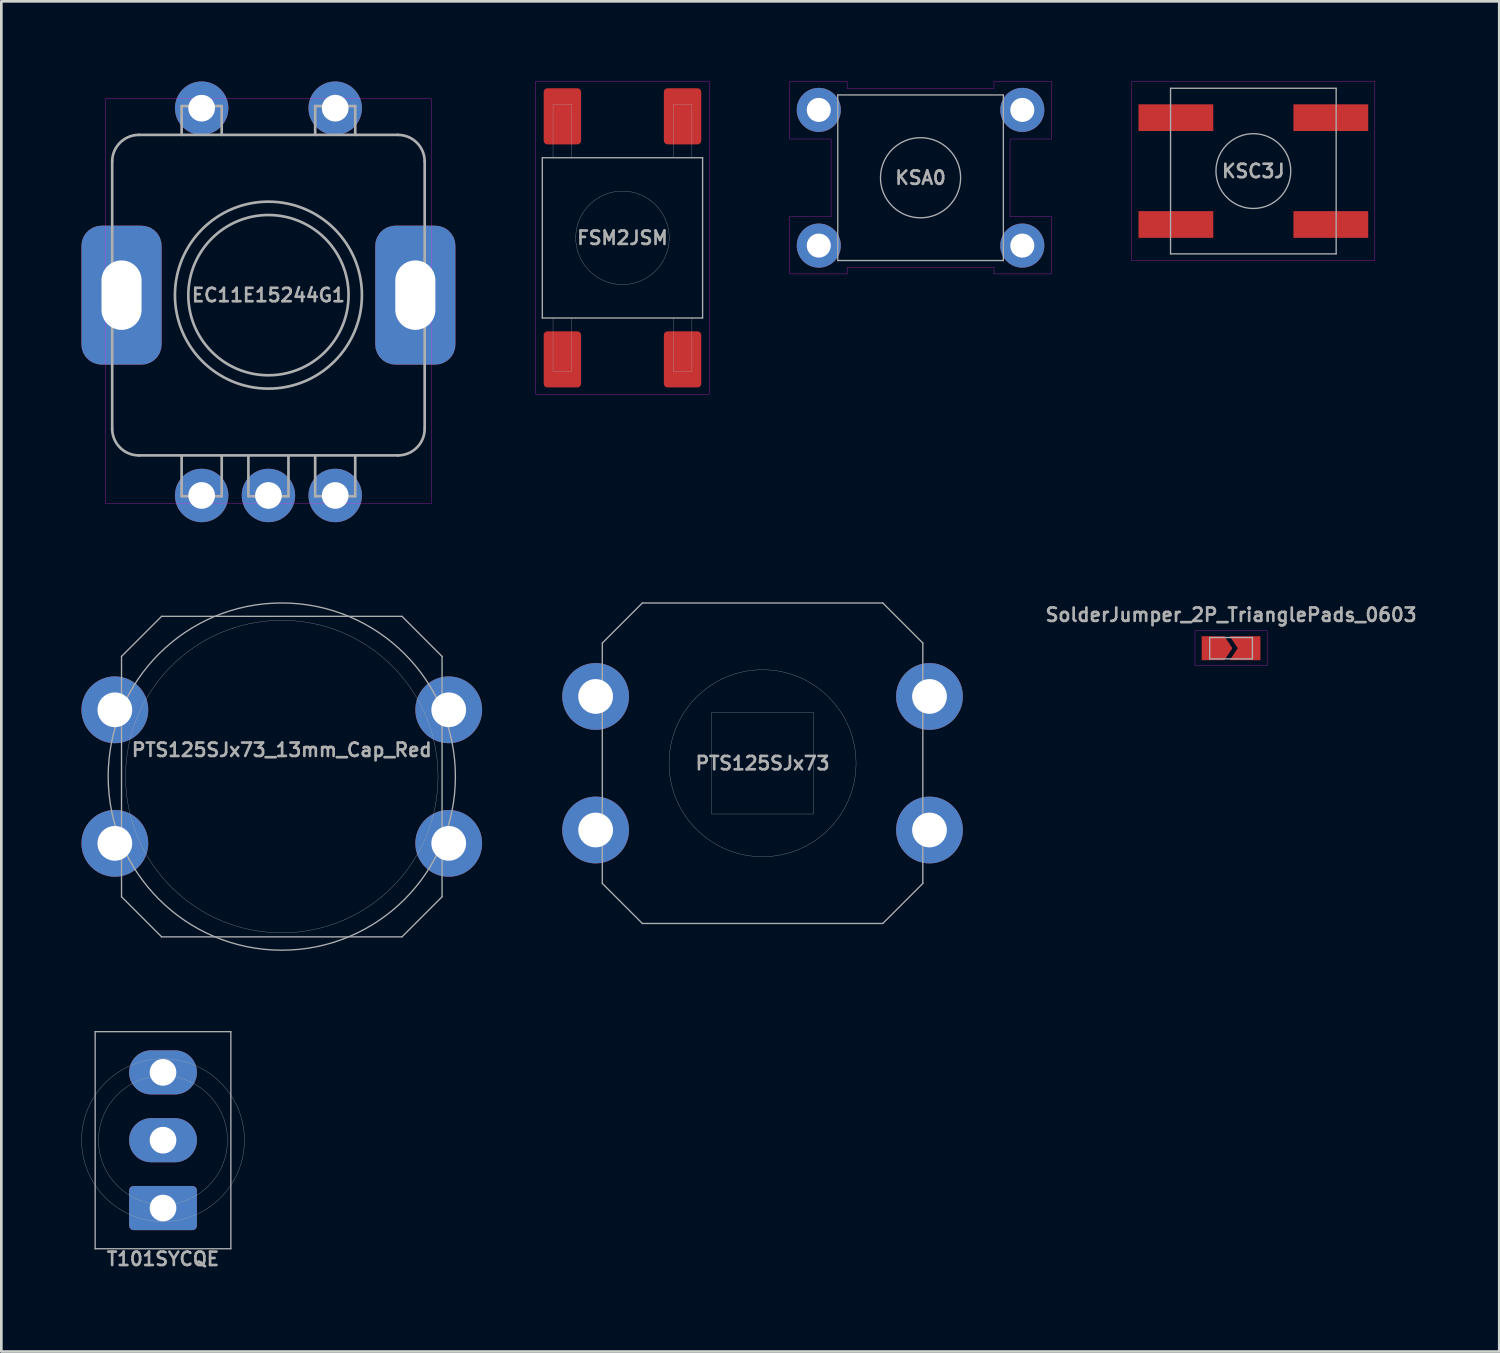
<source format=kicad_pcb>
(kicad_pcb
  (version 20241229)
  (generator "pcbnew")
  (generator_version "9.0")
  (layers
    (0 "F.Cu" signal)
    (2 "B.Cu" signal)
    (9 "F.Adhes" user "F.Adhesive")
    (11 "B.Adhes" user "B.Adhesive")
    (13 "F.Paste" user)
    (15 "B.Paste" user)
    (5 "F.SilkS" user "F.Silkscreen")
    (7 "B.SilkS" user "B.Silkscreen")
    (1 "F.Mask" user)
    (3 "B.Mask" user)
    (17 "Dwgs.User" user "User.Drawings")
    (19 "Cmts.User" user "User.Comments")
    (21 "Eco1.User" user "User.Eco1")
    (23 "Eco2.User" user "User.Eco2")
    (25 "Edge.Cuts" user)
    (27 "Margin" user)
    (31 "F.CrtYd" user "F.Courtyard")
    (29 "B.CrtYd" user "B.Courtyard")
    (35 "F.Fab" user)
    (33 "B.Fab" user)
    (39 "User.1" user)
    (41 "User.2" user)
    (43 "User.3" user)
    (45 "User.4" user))
  (footprint "PTS125SJx73"
    (layer "F.Cu")
    (at 25.5 25.525)
    (property "Reference" "PTS125SJx73" (at 0 0 0) (layer "F.Fab") (effects (font (size 0.5 0.5) (thickness 0.1))))
    (attr through_hole)
    (fp_line (start -6 -4.5) (end -6 4.5) (stroke (width 0.05) (type solid)) (layer "F.Fab"))
    (fp_line (start -6 4.5) (end -4.5 6) (stroke (width 0.05) (type solid)) (layer "F.Fab"))
    (fp_line (start -4.5 -6) (end -6 -4.5) (stroke (width 0.05) (type solid)) (layer "F.Fab"))
    (fp_line (start -4.5 6) (end 4.5 6) (stroke (width 0.05) (type solid)) (layer "F.Fab"))
    (fp_line (start -1.9 -1.9) (end 1.9 -1.9) (stroke (width 0.01) (type solid)) (layer "F.Fab"))
    (fp_line (start -1.9 1.9) (end -1.9 -1.9) (stroke (width 0.01) (type solid)) (layer "F.Fab"))
    (fp_line (start 1.9 -1.9) (end 1.9 1.9) (stroke (width 0.01) (type solid)) (layer "F.Fab"))
    (fp_line (start 1.9 1.9) (end -1.9 1.9) (stroke (width 0.01) (type solid)) (layer "F.Fab"))
    (fp_line (start 4.5 -6) (end -4.5 -6) (stroke (width 0.05) (type solid)) (layer "F.Fab"))
    (fp_line (start 4.5 6) (end 6 4.5) (stroke (width 0.05) (type solid)) (layer "F.Fab"))
    (fp_line (start 6 -4.5) (end 4.5 -6) (stroke (width 0.05) (type solid)) (layer "F.Fab"))
    (fp_line (start 6 4.5) (end 6 -4.5) (stroke (width 0.05) (type solid)) (layer "F.Fab"))
    (fp_circle (center 0 0) (end 3.5 0) (stroke (width 0.01) (type solid)) (fill no) (layer "F.Fab"))
    (pad "1" thru_hole circle (at -6.25 -2.5) (size 2.5 2.5) (drill 1.3) (layers "*.Cu" "*.Mask"))
    (pad "2" thru_hole circle (at 6.25 -2.5) (size 2.5 2.5) (drill 1.3) (layers "*.Cu" "*.Mask"))
    (pad "3" thru_hole circle (at -6.25 2.5) (size 2.5 2.5) (drill 1.3) (layers "*.Cu" "*.Mask"))
    (pad "4" thru_hole circle (at 6.25 2.5) (size 2.5 2.5) (drill 1.3) (layers "*.Cu" "*.Mask")))
  (footprint "KSC3J"
    (layer "F.Cu")
    (at 43.875 3.355)
    (property "Reference" "KSC3J" (at 0 0 0) (layer "F.Fab") (effects (font (size 0.5 0.5) (thickness 0.1))))
    (attr smd)
    (fp_line (start -4.55 -3.35) (end -4.55 3.35) (stroke (width 0.01) (type solid)) (layer "F.CrtYd"))
    (fp_line (start -4.55 3.35) (end 4.55 3.35) (stroke (width 0.01) (type solid)) (layer "F.CrtYd"))
    (fp_line (start 4.55 -3.35) (end -4.55 -3.35) (stroke (width 0.01) (type solid)) (layer "F.CrtYd"))
    (fp_line (start 4.55 3.35) (end 4.55 -3.35) (stroke (width 0.01) (type solid)) (layer "F.CrtYd"))
    (fp_line (start -3.1 -3.1) (end -3.1 3.1) (stroke (width 0.05) (type solid)) (layer "F.Fab"))
    (fp_line (start -3.1 3.1) (end 3.1 3.1) (stroke (width 0.05) (type solid)) (layer "F.Fab"))
    (fp_line (start 3.1 -3.1) (end -3.1 -3.1) (stroke (width 0.05) (type solid)) (layer "F.Fab"))
    (fp_line (start 3.1 3.1) (end 3.1 -3.1) (stroke (width 0.05) (type solid)) (layer "F.Fab"))
    (fp_circle (center 0 0) (end 1.4 0) (stroke (width 0.05) (type solid)) (fill no) (layer "F.Fab"))
    (pad "1" smd rect (at -2.9 -2) (size 2.8 1) (layers "F.Cu" "F.Mask" "F.Paste"))
    (pad "2" smd rect (at -2.9 2) (size 2.8 1) (layers "F.Cu" "F.Mask" "F.Paste"))
    (pad "3" smd rect (at 2.9 2) (size 2.8 1) (layers "F.Cu" "F.Mask" "F.Paste"))
    (pad "4" smd rect (at 2.9 -2) (size 2.8 1) (layers "F.Cu" "F.Mask" "F.Paste")))
  (footprint "FSM2JSM"
    (layer "F.Cu")
    (at 20.255 5.855)
    (property "Reference" "FSM2JSM" (at 0 0 0) (layer "F.Fab") (effects (font (size 0.5 0.5) (thickness 0.1))))
    (attr smd)
    (fp_line (start -3.25 -5.85) (end -3.25 5.85) (stroke (width 0.01) (type solid)) (layer "F.CrtYd"))
    (fp_line (start -3.25 5.85) (end 3.25 5.85) (stroke (width 0.01) (type solid)) (layer "F.CrtYd"))
    (fp_line (start 3.25 -5.85) (end -3.25 -5.85) (stroke (width 0.01) (type solid)) (layer "F.CrtYd"))
    (fp_line (start 3.25 5.85) (end 3.25 -5.85) (stroke (width 0.01) (type solid)) (layer "F.CrtYd"))
    (fp_line (start -3 -3) (end -3 3) (stroke (width 0.05) (type solid)) (layer "F.Fab"))
    (fp_line (start -3 3) (end 3 3) (stroke (width 0.05) (type solid)) (layer "F.Fab"))
    (fp_line (start -2.6 -5) (end -1.9 -5) (stroke (width 0.01) (type solid)) (layer "F.Fab"))
    (fp_line (start -2.6 -3) (end -2.6 -5) (stroke (width 0.01) (type solid)) (layer "F.Fab"))
    (fp_line (start -2.6 5) (end -2.6 3) (stroke (width 0.01) (type solid)) (layer "F.Fab"))
    (fp_line (start -1.9 -5) (end -1.9 -3) (stroke (width 0.01) (type solid)) (layer "F.Fab"))
    (fp_line (start -1.9 3) (end -1.9 5) (stroke (width 0.01) (type solid)) (layer "F.Fab"))
    (fp_line (start -1.9 5) (end -2.6 5) (stroke (width 0.01) (type solid)) (layer "F.Fab"))
    (fp_line (start 1.9 -5) (end 2.6 -5) (stroke (width 0.01) (type solid)) (layer "F.Fab"))
    (fp_line (start 1.9 -3) (end 1.9 -5) (stroke (width 0.01) (type solid)) (layer "F.Fab"))
    (fp_line (start 1.9 5) (end 1.9 3) (stroke (width 0.01) (type solid)) (layer "F.Fab"))
    (fp_line (start 2.6 -5) (end 2.6 -3) (stroke (width 0.01) (type solid)) (layer "F.Fab"))
    (fp_line (start 2.6 3) (end 2.6 5) (stroke (width 0.01) (type solid)) (layer "F.Fab"))
    (fp_line (start 2.6 5) (end 1.9 5) (stroke (width 0.01) (type solid)) (layer "F.Fab"))
    (fp_line (start 3 -3) (end -3 -3) (stroke (width 0.05) (type solid)) (layer "F.Fab"))
    (fp_line (start 3 3) (end 3 -3) (stroke (width 0.05) (type solid)) (layer "F.Fab"))
    (fp_circle (center 0 0) (end 1.75 0) (stroke (width 0.01) (type solid)) (fill no) (layer "F.Fab"))
    (pad "1" smd roundrect (at -2.25 4.55 90) (size 2.1 1.4) (layers "F.Cu" "F.Mask" "F.Paste") (roundrect_rratio 0.1))
    (pad "2" smd roundrect (at -2.25 -4.55 90) (size 2.1 1.4) (layers "F.Cu" "F.Mask" "F.Paste") (roundrect_rratio 0.1))
    (pad "3" smd roundrect (at 2.25 4.55 90) (size 2.1 1.4) (layers "F.Cu" "F.Mask" "F.Paste") (roundrect_rratio 0.1))
    (pad "4" smd roundrect (at 2.25 -4.55 90) (size 2.1 1.4) (layers "F.Cu" "F.Mask" "F.Paste") (roundrect_rratio 0.1)))
  (footprint "KSA0"
    (layer "F.Cu")
    (at 31.415 3.605)
    (property "Reference" "KSA0" (at 0 0 0) (layer "F.Fab") (effects (font (size 0.5 0.5) (thickness 0.1))))
    (attr through_hole)
    (fp_line (start -4.9 -1.45) (end -4.9 -3.6) (stroke (width 0.01) (type solid)) (layer "F.CrtYd"))
    (fp_line (start -4.9 1.45) (end -3.35 1.45) (stroke (width 0.01) (type solid)) (layer "F.CrtYd"))
    (fp_line (start -4.9 3.6) (end -4.9 1.45) (stroke (width 0.01) (type solid)) (layer "F.CrtYd"))
    (fp_line (start -3.35 -1.45) (end -4.9 -1.45) (stroke (width 0.01) (type solid)) (layer "F.CrtYd"))
    (fp_line (start -3.35 1.45) (end -3.35 -1.45) (stroke (width 0.01) (type solid)) (layer "F.CrtYd"))
    (fp_line (start -2.75 -3.6) (end -4.9 -3.6) (stroke (width 0.01) (type solid)) (layer "F.CrtYd"))
    (fp_line (start -2.75 -3.6) (end -2.75 -3.35) (stroke (width 0.01) (type solid)) (layer "F.CrtYd"))
    (fp_line (start -2.75 -3.35) (end 2.75 -3.35) (stroke (width 0.01) (type solid)) (layer "F.CrtYd"))
    (fp_line (start -2.75 3.35) (end -2.75 3.6) (stroke (width 0.01) (type solid)) (layer "F.CrtYd"))
    (fp_line (start -2.75 3.6) (end -4.9 3.6) (stroke (width 0.01) (type solid)) (layer "F.CrtYd"))
    (fp_line (start 2.75 -3.6) (end 4.9 -3.6) (stroke (width 0.01) (type solid)) (layer "F.CrtYd"))
    (fp_line (start 2.75 -3.35) (end 2.75 -3.6) (stroke (width 0.01) (type solid)) (layer "F.CrtYd"))
    (fp_line (start 2.75 3.35) (end -2.75 3.35) (stroke (width 0.01) (type solid)) (layer "F.CrtYd"))
    (fp_line (start 2.75 3.6) (end 2.75 3.35) (stroke (width 0.01) (type solid)) (layer "F.CrtYd"))
    (fp_line (start 2.75 3.6) (end 4.9 3.6) (stroke (width 0.01) (type solid)) (layer "F.CrtYd"))
    (fp_line (start 3.35 -1.45) (end 3.35 1.45) (stroke (width 0.01) (type solid)) (layer "F.CrtYd"))
    (fp_line (start 3.35 1.45) (end 4.9 1.45) (stroke (width 0.01) (type solid)) (layer "F.CrtYd"))
    (fp_line (start 4.9 -1.45) (end 3.35 -1.45) (stroke (width 0.01) (type solid)) (layer "F.CrtYd"))
    (fp_line (start 4.9 -1.45) (end 4.9 -3.6) (stroke (width 0.01) (type solid)) (layer "F.CrtYd"))
    (fp_line (start 4.9 1.45) (end 4.9 3.6) (stroke (width 0.01) (type solid)) (layer "F.CrtYd"))
    (fp_line (start -3.1 -3.1) (end -3.1 3.1) (stroke (width 0.05) (type solid)) (layer "F.Fab"))
    (fp_line (start -3.1 3.1) (end 3.1 3.1) (stroke (width 0.05) (type solid)) (layer "F.Fab"))
    (fp_line (start 3.1 -3.1) (end -3.1 -3.1) (stroke (width 0.05) (type solid)) (layer "F.Fab"))
    (fp_line (start 3.1 3.1) (end 3.1 -3.1) (stroke (width 0.05) (type solid)) (layer "F.Fab"))
    (fp_circle (center 0 0) (end 1.5 0) (stroke (width 0.05) (type solid)) (fill no) (layer "F.Fab"))
    (pad "1" thru_hole circle (at -3.81 -2.54) (size 1.65 1.65) (drill 0.9) (layers "*.Cu" "*.Mask"))
    (pad "2" thru_hole circle (at -3.81 2.54) (size 1.65 1.65) (drill 0.9) (layers "*.Cu" "*.Mask"))
    (pad "3" thru_hole circle (at 3.81 2.54) (size 1.65 1.65) (drill 0.9) (layers "*.Cu" "*.Mask"))
    (pad "4" thru_hole circle (at 3.81 -2.54) (size 1.65 1.65) (drill 0.9) (layers "*.Cu" "*.Mask")))
  (footprint "PTS125SJx73_13mm_Cap_Red"
    (layer "F.Cu")
    (at 7.5 26.025)
    (property "Reference" "PTS125SJx73_13mm_Cap_Red" (at 0 -1 0) (layer "F.Fab") (effects (font (size 0.5 0.5) (thickness 0.1))))
    (attr through_hole)
    (fp_line (start -6 -4.5) (end -6 4.5) (stroke (width 0.05) (type solid)) (layer "F.Fab"))
    (fp_line (start -6 4.5) (end -4.5 6) (stroke (width 0.05) (type solid)) (layer "F.Fab"))
    (fp_line (start -4.5 -6) (end -6 -4.5) (stroke (width 0.05) (type solid)) (layer "F.Fab"))
    (fp_line (start -4.5 6) (end 4.5 6) (stroke (width 0.05) (type solid)) (layer "F.Fab"))
    (fp_line (start 4.5 -6) (end -4.5 -6) (stroke (width 0.05) (type solid)) (layer "F.Fab"))
    (fp_line (start 4.5 6) (end 6 4.5) (stroke (width 0.05) (type solid)) (layer "F.Fab"))
    (fp_line (start 6 -4.5) (end 4.5 -6) (stroke (width 0.05) (type solid)) (layer "F.Fab"))
    (fp_line (start 6 4.5) (end 6 -4.5) (stroke (width 0.05) (type solid)) (layer "F.Fab"))
    (fp_circle (center 0 0) (end 5.85 0) (stroke (width 0.01) (type solid)) (fill no) (layer "F.Fab"))
    (fp_circle (center 0 0) (end 6.5 0) (stroke (width 0.05) (type solid)) (fill no) (layer "F.Fab"))
    (pad "1" thru_hole circle (at -6.25 -2.5) (size 2.5 2.5) (drill 1.3) (layers "*.Cu" "*.Mask"))
    (pad "2" thru_hole circle (at 6.25 -2.5) (size 2.5 2.5) (drill 1.3) (layers "*.Cu" "*.Mask"))
    (pad "3" thru_hole circle (at -6.25 2.5) (size 2.5 2.5) (drill 1.3) (layers "*.Cu" "*.Mask"))
    (pad "4" thru_hole circle (at 6.25 2.5) (size 2.5 2.5) (drill 1.3) (layers "*.Cu" "*.Mask")))
  (footprint "T101SYCQE"
    (layer "F.Cu")
    (at 3.053 39.639)
    (property "Reference" "T101SYCQE" (at 0 4.445 0) (layer "F.Fab") (effects (font (size 0.5 0.5) (thickness 0.1))))
    (attr through_hole)
    (fp_line (start -2.54 -4.064) (end -2.54 4.064) (stroke (width 0.05) (type solid)) (layer "F.Fab"))
    (fp_line (start -2.54 4.064) (end 2.54 4.064) (stroke (width 0.05) (type solid)) (layer "F.Fab"))
    (fp_line (start 2.54 -4.064) (end -2.54 -4.064) (stroke (width 0.05) (type solid)) (layer "F.Fab"))
    (fp_line (start 2.54 4.064) (end 2.54 -4.064) (stroke (width 0.05) (type solid)) (layer "F.Fab"))
    (fp_circle (center 0 0) (end 2.413 0) (stroke (width 0.01) (type solid)) (fill no) (layer "F.Fab"))
    (fp_circle (center 0 0) (end 3.048 0) (stroke (width 0.01) (type solid)) (fill no) (layer "F.Fab"))
    (pad "1" thru_hole roundrect (at 0 2.54 180) (size 2.54 1.651) (drill 1) (layers "*.Cu" "*.Mask") (roundrect_rratio 0.1))
    (pad "2" thru_hole oval (at 0 0 180) (size 2.54 1.651) (drill 1) (layers "*.Cu" "*.Mask"))
    (pad "3" thru_hole oval (at 0 -2.54 180) (size 2.54 1.651) (drill 1) (layers "*.Cu" "*.Mask")))
  (footprint "SolderJumper_2P_TrianglePads_0603"
    (layer "F.Cu")
    (at 43.04 21.218)
    (property "Reference" "SolderJumper_2P_TrianglePads_0603" (at 0 -1.25 0) (layer "F.Fab") (effects (font (size 0.5 0.5) (thickness 0.1))))
    (attr smd allow_soldermask_bridges)
    (fp_line (start -1.35 -0.65) (end -1.35 0.65) (stroke (width 0.01) (type solid)) (layer "F.CrtYd"))
    (fp_line (start -1.35 -0.65) (end 1.35 -0.65) (stroke (width 0.01) (type solid)) (layer "F.CrtYd"))
    (fp_line (start 1.35 0.65) (end -1.35 0.65) (stroke (width 0.01) (type solid)) (layer "F.CrtYd"))
    (fp_line (start 1.35 0.65) (end 1.35 -0.65) (stroke (width 0.01) (type solid)) (layer "F.CrtYd"))
    (fp_line (start -0.8 -0.4) (end 0.8 -0.4) (stroke (width 0.05) (type solid)) (layer "F.Fab"))
    (fp_line (start -0.8 0.4) (end -0.8 -0.4) (stroke (width 0.05) (type solid)) (layer "F.Fab"))
    (fp_line (start 0.8 -0.4) (end 0.8 0.4) (stroke (width 0.05) (type solid)) (layer "F.Fab"))
    (fp_line (start 0.8 0.4) (end -0.8 0.4) (stroke (width 0.05) (type solid)) (layer "F.Fab"))
    (pad "" smd rect (at -0.8 0) (size 0.6 0.9) (layers "F.Paste"))
    (pad "" smd rect (at 0 0) (size 2.2 0.9) (layers "F.Mask"))
    (pad "" smd rect (at 0.8 0) (size 0.6 0.9) (layers "F.Paste"))
    (pad "1" smd custom (at -0.8 0) (size 0.6 0.9) (layers "F.Cu") (options (anchor rect)) (primitives (gr_poly (pts (xy -0.3 -0.45) (xy 0.55 -0.45) (xy 0.85 0) (xy 0.55 0.45) (xy -0.3 0.45)) (width 0) (fill yes))))
    (pad "2" smd custom (at 0.8 0) (size 0.6 0.9) (layers "F.Cu") (options (anchor rect)) (primitives (gr_poly (pts (xy 0.3 -0.45) (xy -0.85 -0.45) (xy -0.55 0) (xy -0.85 0.45) (xy 0.3 0.45)) (width 0) (fill yes)))))
  (footprint "EC11E15244G1"
    (layer "F.Cu")
    (at 7 8)
    (property "Reference" "EC11E15244G1" (at 0 0 0) (layer "F.Fab") (effects (font (size 0.5 0.5) (thickness 0.1))))
    (attr through_hole)
    (fp_line (start -6.1 -7.35) (end 6.1 -7.35) (stroke (width 0.01) (type solid)) (layer "F.CrtYd"))
    (fp_line (start -6.1 7.8) (end -6.1 -7.35) (stroke (width 0.01) (type solid)) (layer "F.CrtYd"))
    (fp_line (start 6.1 -7.35) (end 6.1 7.8) (stroke (width 0.01) (type solid)) (layer "F.CrtYd"))
    (fp_line (start 6.1 7.8) (end -6.1 7.8) (stroke (width 0.01) (type solid)) (layer "F.CrtYd"))
    (fp_line (start -5.85 -5) (end -5.85 5) (stroke (width 0.1) (type solid)) (layer "F.Fab"))
    (fp_line (start -4.85 6) (end 4.85 6) (stroke (width 0.1) (type solid)) (layer "F.Fab"))
    (fp_line (start -3.25 -7.08) (end -1.75 -7.08) (stroke (width 0.1) (type solid)) (layer "F.Fab"))
    (fp_line (start -3.25 -6) (end -3.25 -7.08) (stroke (width 0.1) (type solid)) (layer "F.Fab"))
    (fp_line (start -3.25 7.53) (end -3.25 6) (stroke (width 0.1) (type solid)) (layer "F.Fab"))
    (fp_line (start -1.75 -7.08) (end -1.75 -6) (stroke (width 0.1) (type solid)) (layer "F.Fab"))
    (fp_line (start -1.75 6) (end -1.75 7.53) (stroke (width 0.1) (type solid)) (layer "F.Fab"))
    (fp_line (start -1.75 7.53) (end -3.25 7.53) (stroke (width 0.1) (type solid)) (layer "F.Fab"))
    (fp_line (start -0.75 7.53) (end -0.75 6) (stroke (width 0.1) (type solid)) (layer "F.Fab"))
    (fp_line (start 0.75 6) (end 0.75 7.53) (stroke (width 0.1) (type solid)) (layer "F.Fab"))
    (fp_line (start 0.75 7.53) (end -0.75 7.53) (stroke (width 0.1) (type solid)) (layer "F.Fab"))
    (fp_line (start 1.75 -7.08) (end 3.25 -7.08) (stroke (width 0.1) (type solid)) (layer "F.Fab"))
    (fp_line (start 1.75 -6) (end 1.75 -7.08) (stroke (width 0.1) (type solid)) (layer "F.Fab"))
    (fp_line (start 1.75 7.53) (end 1.75 6) (stroke (width 0.1) (type solid)) (layer "F.Fab"))
    (fp_line (start 3.25 -7.08) (end 3.25 -6) (stroke (width 0.1) (type solid)) (layer "F.Fab"))
    (fp_line (start 3.25 6) (end 3.25 7.53) (stroke (width 0.1) (type solid)) (layer "F.Fab"))
    (fp_line (start 3.25 7.53) (end 1.75 7.53) (stroke (width 0.1) (type solid)) (layer "F.Fab"))
    (fp_line (start 4.85 -6) (end -4.85 -6) (stroke (width 0.1) (type solid)) (layer "F.Fab"))
    (fp_line (start 5.85 5) (end 5.85 -5) (stroke (width 0.1) (type solid)) (layer "F.Fab"))
    (fp_arc (start -5.85 -5) (mid -5.557107 -5.707107) (end -4.85 -6) (stroke (width 0.1) (type solid)) (layer "F.Fab"))
    (fp_arc (start -4.85 6) (mid -5.557107 5.707107) (end -5.85 5) (stroke (width 0.1) (type solid)) (layer "F.Fab"))
    (fp_arc (start 4.85 -6) (mid 5.557107 -5.707107) (end 5.85 -5) (stroke (width 0.1) (type solid)) (layer "F.Fab"))
    (fp_arc (start 5.85 5) (mid 5.557107 5.707107) (end 4.85 6) (stroke (width 0.1) (type solid)) (layer "F.Fab"))
    (fp_circle (center 0 0) (end 3 0) (stroke (width 0.1) (type solid)) (fill no) (layer "F.Fab"))
    (fp_circle (center 0 0) (end 3.5 0) (stroke (width 0.1) (type solid)) (fill no) (layer "F.Fab"))
    (pad "" thru_hole roundrect (at -5.5 0) (size 3 5.2) (drill oval 1.5 2.6) (layers "*.Cu" "*.Mask") (roundrect_rratio 0.25))
    (pad "" thru_hole roundrect (at 5.5 0) (size 3 5.2) (drill oval 1.5 2.6) (layers "*.Cu" "*.Mask") (roundrect_rratio 0.25))
    (pad "1" thru_hole circle (at -2.5 7.5) (size 2 2) (drill 1) (layers "*.Cu" "*.Mask"))
    (pad "2" thru_hole circle (at 0 7.5) (size 2 2) (drill 1) (layers "*.Cu" "*.Mask"))
    (pad "3" thru_hole circle (at 2.5 7.5) (size 2 2) (drill 1) (layers "*.Cu" "*.Mask"))
    (pad "4" thru_hole circle (at 2.5 -7) (size 2 2) (drill 1) (layers "*.Cu" "*.Mask"))
    (pad "5" thru_hole circle (at -2.5 -7) (size 2 2) (drill 1) (layers "*.Cu" "*.Mask")))
  (gr_rect
    (start -3 -3)
    (end 53.081 47.552)
    (stroke (width 0.1) (type default))
    (fill no)
    (layer "Edge.Cuts")))
</source>
